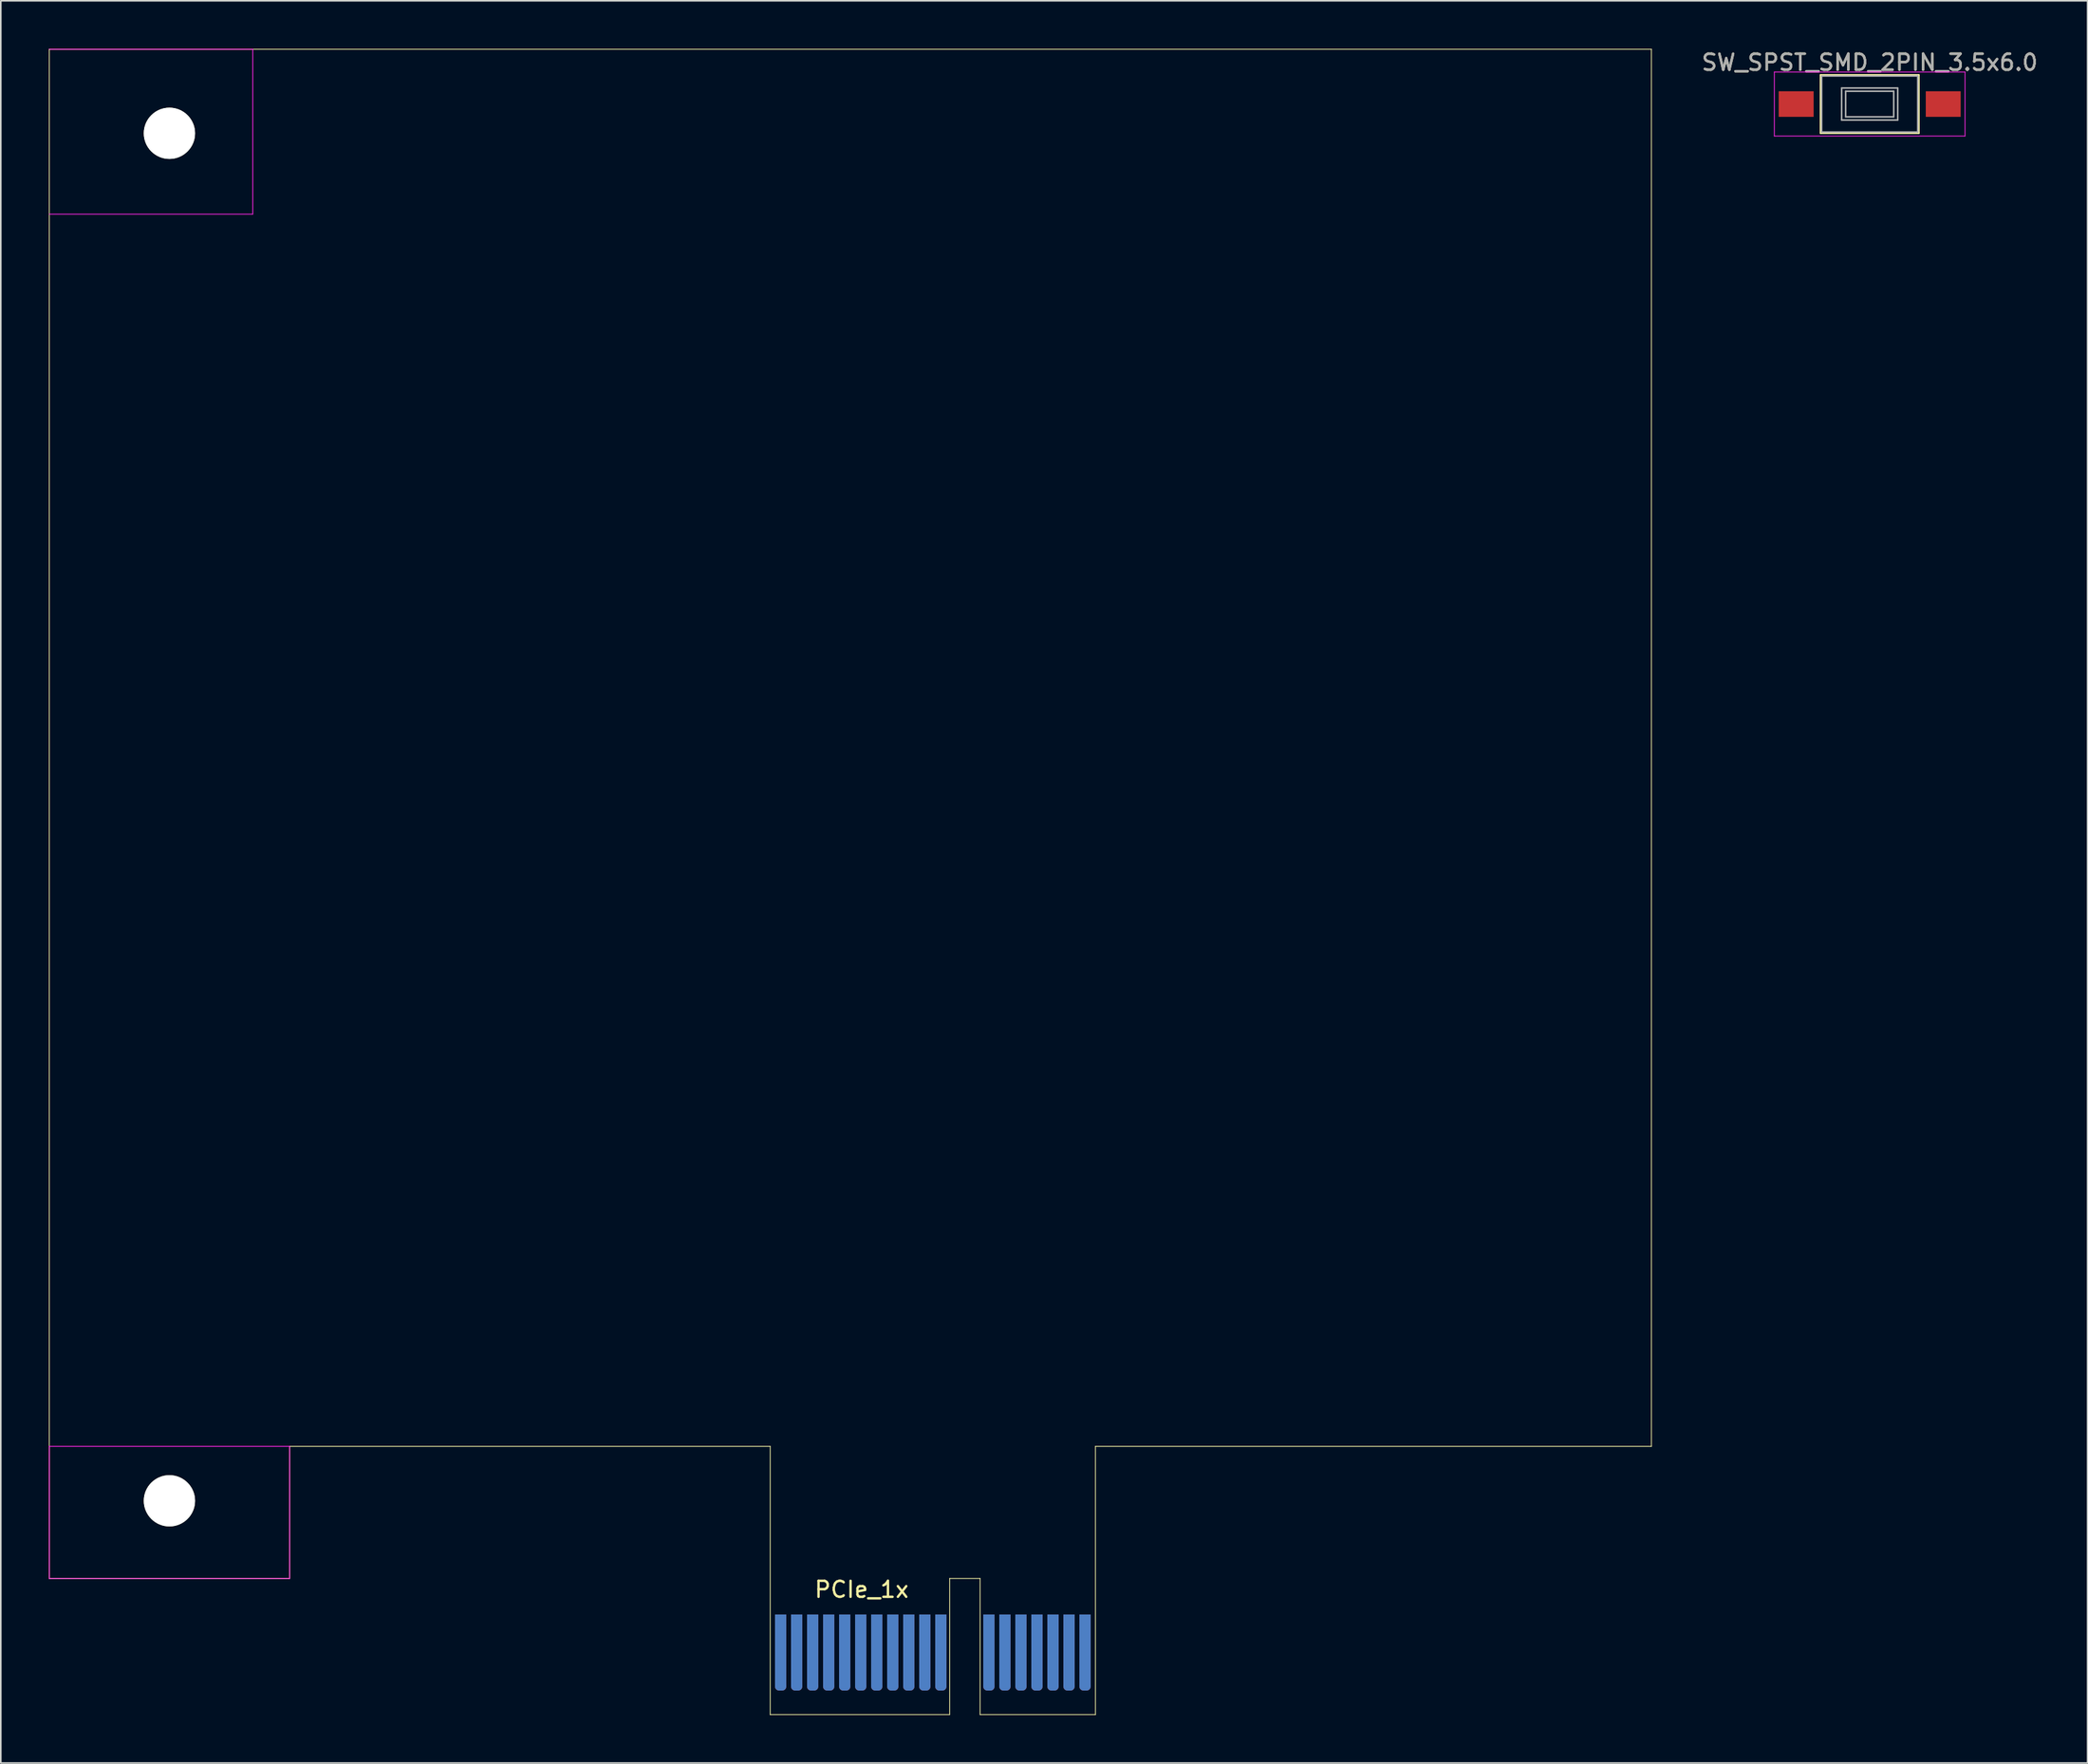
<source format=kicad_pcb>
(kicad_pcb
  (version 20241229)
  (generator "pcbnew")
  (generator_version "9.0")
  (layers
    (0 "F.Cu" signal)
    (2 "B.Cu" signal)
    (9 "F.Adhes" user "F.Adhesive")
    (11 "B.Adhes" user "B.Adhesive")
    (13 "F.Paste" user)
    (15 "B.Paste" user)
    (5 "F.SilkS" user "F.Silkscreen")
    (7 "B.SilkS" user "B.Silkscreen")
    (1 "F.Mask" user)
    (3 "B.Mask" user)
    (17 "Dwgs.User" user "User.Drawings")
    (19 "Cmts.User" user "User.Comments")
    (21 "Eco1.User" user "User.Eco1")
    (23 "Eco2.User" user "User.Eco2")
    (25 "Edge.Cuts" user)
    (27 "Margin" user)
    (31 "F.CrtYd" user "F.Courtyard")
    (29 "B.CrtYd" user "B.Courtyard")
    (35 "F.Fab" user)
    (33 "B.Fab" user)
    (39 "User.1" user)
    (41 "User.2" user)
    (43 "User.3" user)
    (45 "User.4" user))
  (footprint "SW_SPST_SMD_2PIN_3.5x6.0"
    (layer "F.Cu")
    (at 113.651 3.448)
    (property "Reference" "SW_SPST_SMD_2PIN_3.5x6.0" (at 0 -2.6 0) (layer "F.SilkS") (effects (font (size 1 1) (thickness 0.15))))
    (attr smd)
    (fp_line (start -3.06 -1.81) (end 3.06 -1.81) (stroke (width 0.12) (type solid)) (layer "F.SilkS"))
    (fp_line (start -3.06 1.81) (end -3.06 -1.81) (stroke (width 0.12) (type solid)) (layer "F.SilkS"))
    (fp_line (start 3.06 -1.81) (end 3.06 1.81) (stroke (width 0.12) (type solid)) (layer "F.SilkS"))
    (fp_line (start 3.06 1.81) (end -3.06 1.81) (stroke (width 0.12) (type solid)) (layer "F.SilkS"))
    (fp_line (start -5.95 -2) (end -5.95 2) (stroke (width 0.05) (type solid)) (layer "F.CrtYd"))
    (fp_line (start -5.95 -2) (end 5.95 -2) (stroke (width 0.05) (type solid)) (layer "F.CrtYd"))
    (fp_line (start -5.95 2) (end 5.95 2) (stroke (width 0.05) (type solid)) (layer "F.CrtYd"))
    (fp_line (start 5.95 -2) (end 5.95 2) (stroke (width 0.05) (type solid)) (layer "F.CrtYd"))
    (fp_line (start -3 -1.75) (end -3 1.75) (stroke (width 0.1) (type solid)) (layer "F.Fab"))
    (fp_line (start -3 -1.75) (end 3 -1.75) (stroke (width 0.1) (type solid)) (layer "F.Fab"))
    (fp_line (start -3 1.75) (end 3 1.75) (stroke (width 0.1) (type solid)) (layer "F.Fab"))
    (fp_line (start -1.75 -1) (end 1.75 -1) (stroke (width 0.1) (type solid)) (layer "F.Fab"))
    (fp_line (start -1.75 1) (end -1.75 -1) (stroke (width 0.1) (type solid)) (layer "F.Fab"))
    (fp_line (start -1.5 -0.8) (end -1.5 0.8) (stroke (width 0.1) (type solid)) (layer "F.Fab"))
    (fp_line (start -1.5 -0.8) (end 1.5 -0.8) (stroke (width 0.1) (type solid)) (layer "F.Fab"))
    (fp_line (start -1.5 0.8) (end 1.5 0.8) (stroke (width 0.1) (type solid)) (layer "F.Fab"))
    (fp_line (start 1.5 -0.8) (end 1.5 0.8) (stroke (width 0.1) (type solid)) (layer "F.Fab"))
    (fp_line (start 1.75 -1) (end 1.75 1) (stroke (width 0.1) (type solid)) (layer "F.Fab"))
    (fp_line (start 1.75 1) (end -1.75 1) (stroke (width 0.1) (type solid)) (layer "F.Fab"))
    (fp_line (start 3 -1.75) (end 3 1.75) (stroke (width 0.1) (type solid)) (layer "F.Fab"))
    (fp_text user "${REFERENCE}" (at 0 -2.6 0) (layer "F.Fab") (effects (font (size 1 1) (thickness 0.15))))
    (pad "1" smd rect (at -4.59 0) (size 2.18 1.6) (layers "F.Cu" "F.Mask" "F.Paste"))
    (pad "2" smd rect (at 4.59 0) (size 2.18 1.6) (layers "F.Cu" "F.Mask" "F.Paste")))
  (footprint "PCIe_1x"
    (layer "F.Cu")
    (at 57.175 100.025)
    (property "Reference" "PCIe_1x" (at -6.445 -3.81 0) (layer "F.SilkS") (effects (font (size 1 1) (thickness 0.15))))
    (attr through_hole)
    (fp_line (start -57.15 -100) (end -57.15 -4.5) (stroke (width 0.05) (type solid)) (layer "F.SilkS"))
    (fp_line (start -57.15 -100) (end 42.85 -100) (stroke (width 0.05) (type solid)) (layer "F.SilkS"))
    (fp_line (start -57.15 -4.5) (end -42.15 -4.5) (stroke (width 0.05) (type solid)) (layer "F.SilkS"))
    (fp_line (start -42.15 -4.5) (end -42.15 -12.75) (stroke (width 0.05) (type solid)) (layer "F.SilkS"))
    (fp_line (start -12.15 -12.75) (end -42.15 -12.75) (stroke (width 0.05) (type solid)) (layer "F.SilkS"))
    (fp_line (start -12.15 4) (end -12.15 -12.75) (stroke (width 0.05) (type solid)) (layer "F.SilkS"))
    (fp_line (start -0.95 -4.5) (end 0.95 -4.5) (stroke (width 0.05) (type solid)) (layer "F.SilkS"))
    (fp_line (start -0.95 4) (end -12.15 4) (stroke (width 0.05) (type solid)) (layer "F.SilkS"))
    (fp_line (start -0.95 4) (end -0.95 -4.5) (stroke (width 0.05) (type solid)) (layer "F.SilkS"))
    (fp_line (start 0.95 -4.5) (end 0.95 4) (stroke (width 0.05) (type solid)) (layer "F.SilkS"))
    (fp_line (start 0.95 4) (end 8.15 4) (stroke (width 0.05) (type solid)) (layer "F.SilkS"))
    (fp_line (start 8.15 -12.75) (end 42.85 -12.75) (stroke (width 0.05) (type solid)) (layer "F.SilkS"))
    (fp_line (start 8.15 4) (end 8.15 -12.75) (stroke (width 0.05) (type solid)) (layer "F.SilkS"))
    (fp_line (start 42.85 -12.75) (end 42.85 -100) (stroke (width 0.05) (type solid)) (layer "F.SilkS"))
    (fp_line (start -57.15 -89.7) (end -44.45 -89.7) (stroke (width 0.05) (type solid)) (layer "F.CrtYd"))
    (fp_line (start -57.15 -4.5) (end -57.15 -12.75) (stroke (width 0.05) (type solid)) (layer "F.CrtYd"))
    (fp_line (start -44.45 -100) (end -57.15 -100) (stroke (width 0.05) (type solid)) (layer "F.CrtYd"))
    (fp_line (start -44.45 -89.7) (end -44.45 -100) (stroke (width 0.05) (type solid)) (layer "F.CrtYd"))
    (fp_line (start -42.15 -12.75) (end -57.15 -12.75) (stroke (width 0.05) (type solid)) (layer "F.CrtYd"))
    (fp_line (start -42.15 -12.75) (end -42.15 -4.5) (stroke (width 0.05) (type solid)) (layer "F.CrtYd"))
    (fp_line (start -42.15 -4.5) (end -57.15 -4.5) (stroke (width 0.05) (type solid)) (layer "F.CrtYd"))
    (pad "" np_thru_hole circle (at -49.65 -94.75 90) (size 3.2 3.2) (drill 3.2) (layers "*.Cu" "*.Mask" "F.SilkS"))
    (pad "" np_thru_hole circle (at -49.65 -9.35 90) (size 3.2 3.2) (drill 3.2) (layers "*.Cu" "*.Mask" "F.SilkS"))
    (pad "A1" connect rect (at -11.5 0) (size 0.7 4.5) (layers "B.Cu" "B.Mask"))
    (pad "A1" connect oval (at -11.5 2.25 90) (size 0.5 0.7) (layers "B.Cu" "B.Mask"))
    (pad "A2" connect rect (at -10.5 0) (size 0.7 4.5) (layers "B.Cu" "B.Mask"))
    (pad "A2" connect oval (at -10.5 2.25 90) (size 0.5 0.7) (layers "B.Cu" "B.Mask"))
    (pad "A3" connect rect (at -9.5 0) (size 0.7 4.5) (layers "B.Cu" "B.Mask"))
    (pad "A3" connect oval (at -9.5 2.25 90) (size 0.5 0.7) (layers "B.Cu" "B.Mask"))
    (pad "A4" connect rect (at -8.5 0) (size 0.7 4.5) (layers "B.Cu" "B.Mask"))
    (pad "A4" connect oval (at -8.5 2.25 90) (size 0.5 0.7) (layers "B.Cu" "B.Mask"))
    (pad "A5" connect rect (at -7.5 0) (size 0.7 4.5) (layers "B.Cu" "B.Mask"))
    (pad "A5" connect oval (at -7.5 2.25 90) (size 0.5 0.7) (layers "B.Cu" "B.Mask"))
    (pad "A6" connect rect (at -6.5 0) (size 0.7 4.5) (layers "B.Cu" "B.Mask"))
    (pad "A6" connect oval (at -6.5 2.25 90) (size 0.5 0.7) (layers "B.Cu" "B.Mask"))
    (pad "A7" connect rect (at -5.5 0) (size 0.7 4.5) (layers "B.Cu" "B.Mask"))
    (pad "A7" connect oval (at -5.5 2.25 90) (size 0.5 0.7) (layers "B.Cu" "B.Mask"))
    (pad "A8" connect rect (at -4.5 0) (size 0.7 4.5) (layers "B.Cu" "B.Mask"))
    (pad "A8" connect oval (at -4.5 2.25 90) (size 0.5 0.7) (layers "B.Cu" "B.Mask"))
    (pad "A9" connect rect (at -3.5 0) (size 0.7 4.5) (layers "B.Cu" "B.Mask"))
    (pad "A9" connect oval (at -3.5 2.25 90) (size 0.5 0.7) (layers "B.Cu" "B.Mask"))
    (pad "A10" connect rect (at -2.5 0) (size 0.7 4.5) (layers "B.Cu" "B.Mask"))
    (pad "A10" connect oval (at -2.5 2.25 90) (size 0.5 0.7) (layers "B.Cu" "B.Mask"))
    (pad "A11" connect rect (at -1.5 0) (size 0.7 4.5) (layers "B.Cu" "B.Mask"))
    (pad "A11" connect oval (at -1.5 2.25 90) (size 0.5 0.7) (layers "B.Cu" "B.Mask"))
    (pad "A12" connect rect (at 1.5 0) (size 0.7 4.5) (layers "B.Cu" "B.Mask"))
    (pad "A12" connect oval (at 1.5 2.25 90) (size 0.5 0.7) (layers "B.Cu" "B.Mask"))
    (pad "A13" connect rect (at 2.5 0) (size 0.7 4.5) (layers "B.Cu" "B.Mask"))
    (pad "A13" connect oval (at 2.5 2.25 90) (size 0.5 0.7) (layers "B.Cu" "B.Mask"))
    (pad "A14" connect rect (at 3.499 0) (size 0.7 4.5) (layers "B.Cu" "B.Mask"))
    (pad "A14" connect oval (at 3.5 2.25 90) (size 0.5 0.7) (layers "B.Cu" "B.Mask"))
    (pad "A15" connect rect (at 4.5 0) (size 0.7 4.5) (layers "B.Cu" "B.Mask"))
    (pad "A15" connect oval (at 4.5 2.25 90) (size 0.5 0.7) (layers "B.Cu" "B.Mask"))
    (pad "A16" connect rect (at 5.5 0) (size 0.7 4.5) (layers "B.Cu" "B.Mask"))
    (pad "A16" connect oval (at 5.5 2.25 90) (size 0.5 0.7) (layers "B.Cu" "B.Mask"))
    (pad "A17" connect rect (at 6.5 0) (size 0.7 4.5) (layers "B.Cu" "B.Mask"))
    (pad "A17" connect oval (at 6.5 2.25 90) (size 0.5 0.7) (layers "B.Cu" "B.Mask"))
    (pad "A18" connect rect (at 7.5 0) (size 0.7 4.5) (layers "B.Cu" "B.Mask"))
    (pad "A18" connect oval (at 7.5 2.25 90) (size 0.5 0.7) (layers "B.Cu" "B.Mask"))
    (pad "B1" connect rect (at -11.5 0) (size 0.7 4.5) (layers "F.Cu" "F.Mask"))
    (pad "B1" connect oval (at -11.5 2.25 90) (size 0.5 0.7) (layers "*.Mask" "F.Cu"))
    (pad "B2" connect rect (at -10.5 0) (size 0.7 4.5) (layers "F.Cu" "F.Mask"))
    (pad "B2" connect oval (at -10.5 2.25 90) (size 0.5 0.7) (layers "F.Cu" "F.Mask"))
    (pad "B3" connect rect (at -9.5 0) (size 0.7 4.5) (layers "F.Cu" "F.Mask"))
    (pad "B3" connect oval (at -9.5 2.25 90) (size 0.5 0.7) (layers "F.Cu" "F.Mask"))
    (pad "B4" connect rect (at -8.5 0) (size 0.7 4.5) (layers "F.Cu" "F.Mask"))
    (pad "B4" connect oval (at -8.5 2.25 90) (size 0.5 0.7) (layers "F.Cu" "F.Mask"))
    (pad "B5" connect rect (at -7.5 0) (size 0.7 4.5) (layers "F.Cu" "F.Mask"))
    (pad "B5" connect oval (at -7.5 2.25 90) (size 0.5 0.7) (layers "F.Cu" "F.Mask"))
    (pad "B6" connect rect (at -6.5 0) (size 0.7 4.5) (layers "F.Cu" "F.Mask"))
    (pad "B6" connect oval (at -6.5 2.25 90) (size 0.5 0.7) (layers "F.Cu" "F.Mask"))
    (pad "B7" connect rect (at -5.5 0) (size 0.7 4.5) (layers "F.Cu" "F.Mask"))
    (pad "B7" connect oval (at -5.5 2.25 90) (size 0.5 0.7) (layers "F.Cu" "F.Mask"))
    (pad "B8" connect rect (at -4.5 0) (size 0.7 4.5) (layers "F.Cu" "F.Mask"))
    (pad "B8" connect oval (at -4.5 2.25 90) (size 0.5 0.7) (layers "F.Cu" "F.Mask"))
    (pad "B9" connect rect (at -3.5 0) (size 0.7 4.5) (layers "F.Cu" "F.Mask"))
    (pad "B9" connect oval (at -3.5 2.25 90) (size 0.5 0.7) (layers "F.Cu" "F.Mask"))
    (pad "B10" connect rect (at -2.5 0) (size 0.7 4.5) (layers "F.Cu" "F.Mask"))
    (pad "B10" connect oval (at -2.5 2.25 90) (size 0.5 0.7) (layers "F.Cu" "F.Mask"))
    (pad "B11" connect rect (at -1.5 0) (size 0.7 4.5) (layers "F.Cu" "F.Mask"))
    (pad "B11" connect oval (at -1.5 2.25 90) (size 0.5 0.7) (layers "F.Cu" "F.Mask"))
    (pad "B12" connect rect (at 1.5 0) (size 0.7 4.5) (layers "F.Cu" "F.Mask"))
    (pad "B12" connect oval (at 1.5 2.25 90) (size 0.5 0.7) (layers "F.Cu" "F.Mask"))
    (pad "B13" connect rect (at 2.5 0) (size 0.7 4.5) (layers "F.Cu" "F.Mask"))
    (pad "B13" connect oval (at 2.5 2.25 90) (size 0.5 0.7) (layers "F.Cu" "F.Mask"))
    (pad "B14" connect rect (at 3.5 0) (size 0.7 4.5) (layers "F.Cu" "F.Mask"))
    (pad "B14" connect oval (at 3.5 2.25 90) (size 0.5 0.7) (layers "F.Cu" "F.Mask"))
    (pad "B15" connect rect (at 4.5 0) (size 0.7 4.5) (layers "F.Cu" "F.Mask"))
    (pad "B15" connect oval (at 4.5 2.25 90) (size 0.5 0.7) (layers "F.Cu" "F.Mask"))
    (pad "B16" connect rect (at 5.5 0) (size 0.7 4.5) (layers "F.Cu" "F.Mask"))
    (pad "B16" connect oval (at 5.5 2.25 90) (size 0.5 0.7) (layers "F.Cu" "F.Mask"))
    (pad "B17" connect rect (at 6.5 0) (size 0.7 4.5) (layers "F.Cu" "F.Mask"))
    (pad "B17" connect oval (at 6.5 2.25 90) (size 0.5 0.7) (layers "F.Cu" "F.Mask"))
    (pad "B18" connect rect (at 7.5 0) (size 0.7 4.5) (layers "F.Cu" "F.Mask"))
    (pad "B18" connect oval (at 7.5 2.25 90) (size 0.5 0.7) (layers "F.Cu" "F.Mask")))
  (gr_rect
    (start -3 -3)
    (end 127.252 107.05)
    (stroke (width 0.1) (type default))
    (fill no)
    (layer "Edge.Cuts")))
</source>
